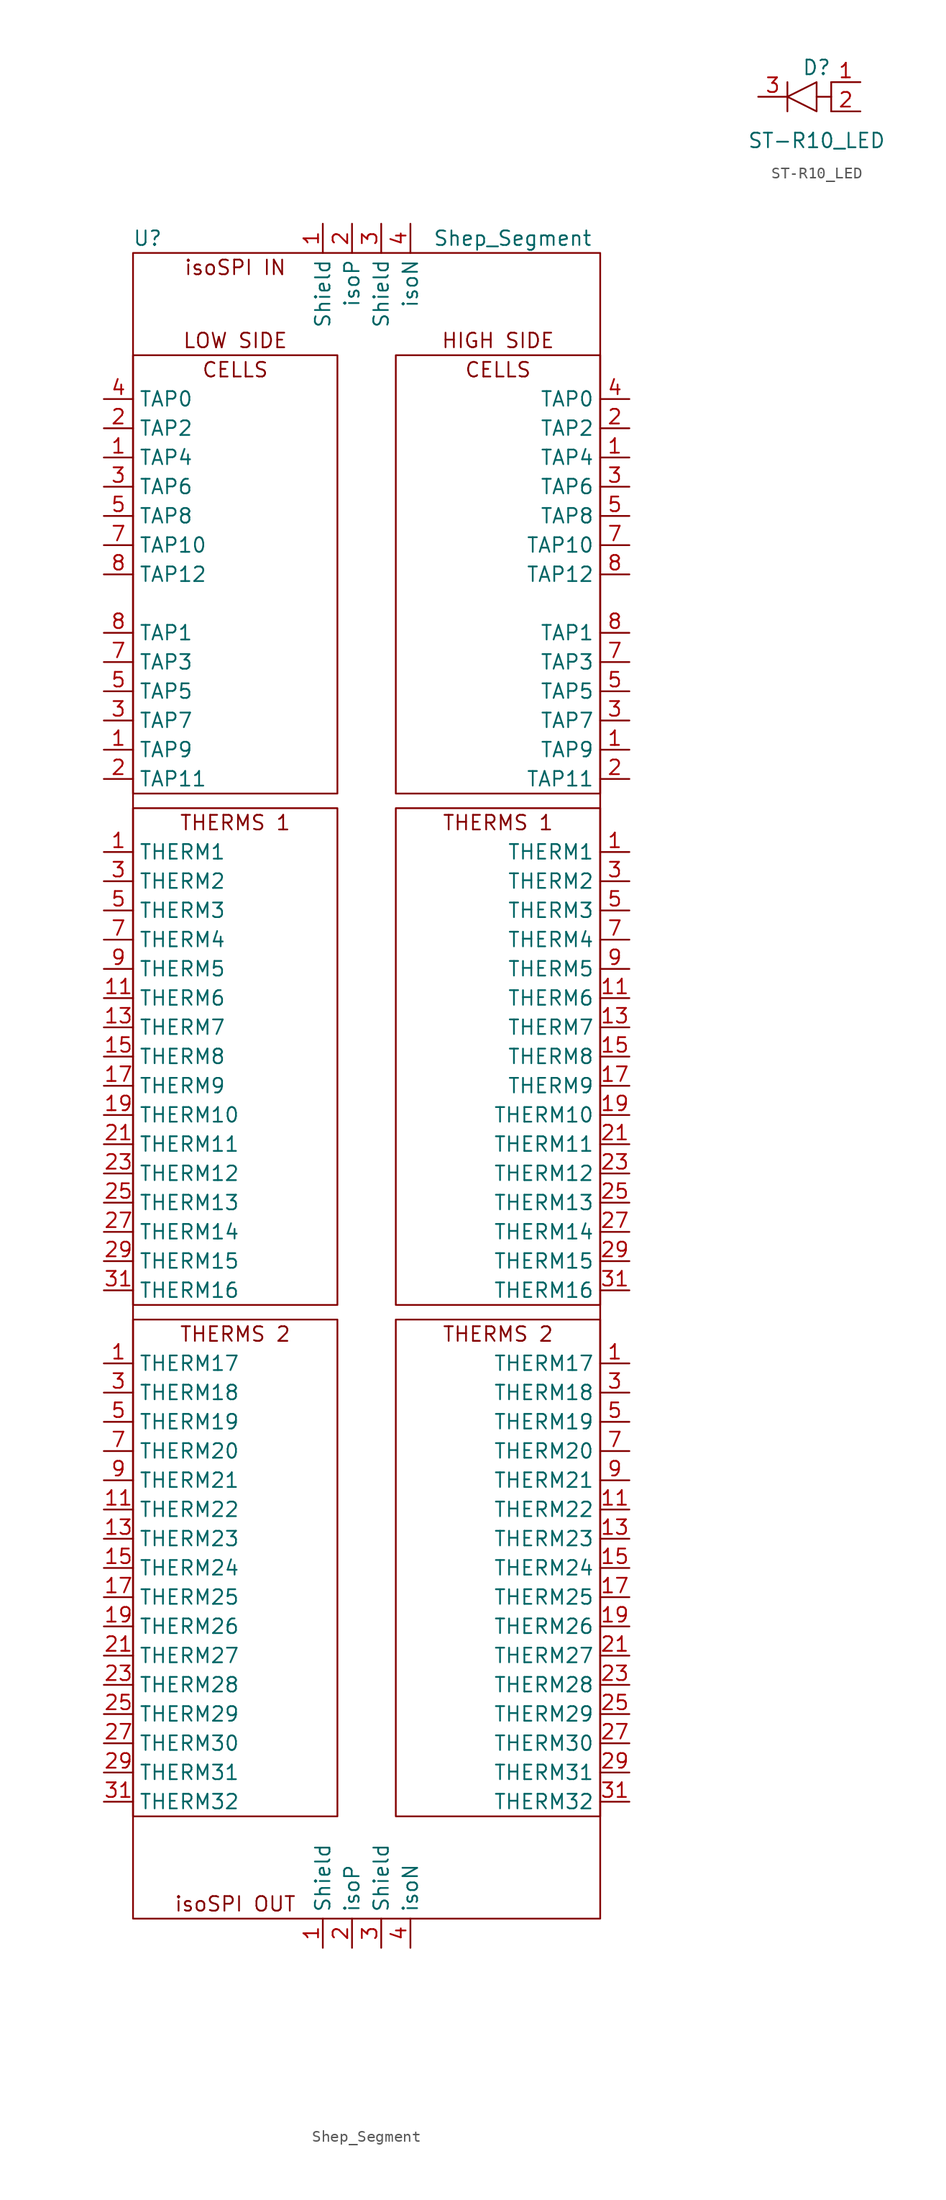
<source format=kicad_sym>
(kicad_symbol_lib
  (version 20211014)
  (generator kicad_symbol_editor)
  (symbol "Shep_Segment"
    (property "Reference" "U"
      (at -19.05 1.27 0)
      (effects (font (size 1.27 1.27))))
    (property "Value" "Shep_Segment"
      (at 12.7 1.27 0)
      (effects (font (size 1.27 1.27))))
    (symbol "Shep_Segment_0_0"
      (rectangle (start 2.54 -8.89) (end 20.32 -46.99) (stroke (width 0) (type default) (color 0 0 0 0)) (fill (type none)))
      (text "CELLS" (at -11.43 -10.16 0) (effects (font (size 1.27 1.27))))
      (text "CELLS" (at 11.43 -10.16 0) (effects (font (size 1.27 1.27))))
      (text "HIGH SIDE" (at 11.43 -7.62 0) (effects (font (size 1.27 1.27))))
      (text "isoSPI IN" (at -11.43 -1.27 0) (effects (font (size 1.27 1.27))))
      (text "isoSPI OUT" (at -11.43 -143.51 0) (effects (font (size 1.27 1.27))))
      (text "LOW SIDE" (at -11.43 -7.62 0) (effects (font (size 1.27 1.27))))
      (text "THERMS 1" (at -11.43 -49.53 0) (effects (font (size 1.27 1.27))))
      (text "THERMS 1" (at 11.43 -49.53 0) (effects (font (size 1.27 1.27))))
      (text "THERMS 2" (at -11.43 -93.98 0) (effects (font (size 1.27 1.27))))
      (text "THERMS 2" (at 11.43 -93.98 0) (effects (font (size 1.27 1.27)))))
    (symbol "Shep_Segment_0_1"
      (rectangle (start -20.32 -92.71) (end -2.54 -135.89) (stroke (width 0) (type default) (color 0 0 0 0)) (fill (type none)))
      (rectangle (start -20.32 -48.26) (end -2.54 -91.44) (stroke (width 0) (type default) (color 0 0 0 0)) (fill (type none)))
      (rectangle (start -20.32 -8.89) (end -2.54 -46.99) (stroke (width 0) (type default) (color 0 0 0 0)) (fill (type none)))
      (rectangle (start -20.32 0) (end 20.32 -144.78) (stroke (width 0) (type default) (color 0 0 0 0)) (fill (type none)))
      (rectangle (start 2.54 -135.89) (end 20.32 -92.71) (stroke (width 0) (type default) (color 0 0 0 0)) (fill (type none)))
      (rectangle (start 2.54 -91.44) (end 20.32 -48.26) (stroke (width 0) (type default) (color 0 0 0 0)) (fill (type none))))
    (symbol "Shep_Segment_1_1"
      (pin input line (at -3.81 -147.32 90) (length 2.54) (name "Shield" (effects (font (size 1.27 1.27)))) (number "1" (effects (font (size 1.27 1.27)))))
      (pin input line (at -3.81 2.54 270) (length 2.54) (name "Shield" (effects (font (size 1.27 1.27)))) (number "1" (effects (font (size 1.27 1.27)))))
      (pin input line (at -22.86 -17.78 0) (length 2.54) (name "TAP4" (effects (font (size 1.27 1.27)))) (number "1" (effects (font (size 1.27 1.27)))))
      (pin input line (at 22.86 -17.78 180) (length 2.54) (name "TAP4" (effects (font (size 1.27 1.27)))) (number "1" (effects (font (size 1.27 1.27)))))
      (pin input line (at -22.86 -43.18 0) (length 2.54) (name "TAP9" (effects (font (size 1.27 1.27)))) (number "1" (effects (font (size 1.27 1.27)))))
      (pin input line (at 22.86 -43.18 180) (length 2.54) (name "TAP9" (effects (font (size 1.27 1.27)))) (number "1" (effects (font (size 1.27 1.27)))))
      (pin input line (at -22.86 -52.07 0) (length 2.54) (name "THERM1" (effects (font (size 1.27 1.27)))) (number "1" (effects (font (size 1.27 1.27)))))
      (pin input line (at 22.86 -52.07 180) (length 2.54) (name "THERM1" (effects (font (size 1.27 1.27)))) (number "1" (effects (font (size 1.27 1.27)))))
      (pin input line (at -22.86 -96.52 0) (length 2.54) (name "THERM17" (effects (font (size 1.27 1.27)))) (number "1" (effects (font (size 1.27 1.27)))))
      (pin input line (at 22.86 -96.52 180) (length 2.54) (name "THERM17" (effects (font (size 1.27 1.27)))) (number "1" (effects (font (size 1.27 1.27)))))
      (pin input line (at -22.86 -109.22 0) (length 2.54) (name "THERM22" (effects (font (size 1.27 1.27)))) (number "11" (effects (font (size 1.27 1.27)))))
      (pin input line (at 22.86 -109.22 180) (length 2.54) (name "THERM22" (effects (font (size 1.27 1.27)))) (number "11" (effects (font (size 1.27 1.27)))))
      (pin input line (at -22.86 -64.77 0) (length 2.54) (name "THERM6" (effects (font (size 1.27 1.27)))) (number "11" (effects (font (size 1.27 1.27)))))
      (pin input line (at 22.86 -64.77 180) (length 2.54) (name "THERM6" (effects (font (size 1.27 1.27)))) (number "11" (effects (font (size 1.27 1.27)))))
      (pin input line (at -22.86 -111.76 0) (length 2.54) (name "THERM23" (effects (font (size 1.27 1.27)))) (number "13" (effects (font (size 1.27 1.27)))))
      (pin input line (at 22.86 -111.76 180) (length 2.54) (name "THERM23" (effects (font (size 1.27 1.27)))) (number "13" (effects (font (size 1.27 1.27)))))
      (pin input line (at -22.86 -67.31 0) (length 2.54) (name "THERM7" (effects (font (size 1.27 1.27)))) (number "13" (effects (font (size 1.27 1.27)))))
      (pin input line (at 22.86 -67.31 180) (length 2.54) (name "THERM7" (effects (font (size 1.27 1.27)))) (number "13" (effects (font (size 1.27 1.27)))))
      (pin input line (at -22.86 -114.3 0) (length 2.54) (name "THERM24" (effects (font (size 1.27 1.27)))) (number "15" (effects (font (size 1.27 1.27)))))
      (pin input line (at 22.86 -114.3 180) (length 2.54) (name "THERM24" (effects (font (size 1.27 1.27)))) (number "15" (effects (font (size 1.27 1.27)))))
      (pin input line (at -22.86 -69.85 0) (length 2.54) (name "THERM8" (effects (font (size 1.27 1.27)))) (number "15" (effects (font (size 1.27 1.27)))))
      (pin input line (at 22.86 -69.85 180) (length 2.54) (name "THERM8" (effects (font (size 1.27 1.27)))) (number "15" (effects (font (size 1.27 1.27)))))
      (pin input line (at -22.86 -116.84 0) (length 2.54) (name "THERM25" (effects (font (size 1.27 1.27)))) (number "17" (effects (font (size 1.27 1.27)))))
      (pin input line (at 22.86 -116.84 180) (length 2.54) (name "THERM25" (effects (font (size 1.27 1.27)))) (number "17" (effects (font (size 1.27 1.27)))))
      (pin input line (at -22.86 -72.39 0) (length 2.54) (name "THERM9" (effects (font (size 1.27 1.27)))) (number "17" (effects (font (size 1.27 1.27)))))
      (pin input line (at 22.86 -72.39 180) (length 2.54) (name "THERM9" (effects (font (size 1.27 1.27)))) (number "17" (effects (font (size 1.27 1.27)))))
      (pin input line (at -22.86 -74.93 0) (length 2.54) (name "THERM10" (effects (font (size 1.27 1.27)))) (number "19" (effects (font (size 1.27 1.27)))))
      (pin input line (at 22.86 -74.93 180) (length 2.54) (name "THERM10" (effects (font (size 1.27 1.27)))) (number "19" (effects (font (size 1.27 1.27)))))
      (pin input line (at -22.86 -119.38 0) (length 2.54) (name "THERM26" (effects (font (size 1.27 1.27)))) (number "19" (effects (font (size 1.27 1.27)))))
      (pin input line (at 22.86 -119.38 180) (length 2.54) (name "THERM26" (effects (font (size 1.27 1.27)))) (number "19" (effects (font (size 1.27 1.27)))))
      (pin input line (at -22.86 -45.72 0) (length 2.54) (name "TAP11" (effects (font (size 1.27 1.27)))) (number "2" (effects (font (size 1.27 1.27)))))
      (pin input line (at 22.86 -45.72 180) (length 2.54) (name "TAP11" (effects (font (size 1.27 1.27)))) (number "2" (effects (font (size 1.27 1.27)))))
      (pin input line (at -22.86 -15.24 0) (length 2.54) (name "TAP2" (effects (font (size 1.27 1.27)))) (number "2" (effects (font (size 1.27 1.27)))))
      (pin input line (at 22.86 -15.24 180) (length 2.54) (name "TAP2" (effects (font (size 1.27 1.27)))) (number "2" (effects (font (size 1.27 1.27)))))
      (pin input line (at -1.27 -147.32 90) (length 2.54) (name "isoP" (effects (font (size 1.27 1.27)))) (number "2" (effects (font (size 1.27 1.27)))))
      (pin input line (at -1.27 2.54 270) (length 2.54) (name "isoP" (effects (font (size 1.27 1.27)))) (number "2" (effects (font (size 1.27 1.27)))))
      (pin input line (at -22.86 -77.47 0) (length 2.54) (name "THERM11" (effects (font (size 1.27 1.27)))) (number "21" (effects (font (size 1.27 1.27)))))
      (pin input line (at 22.86 -77.47 180) (length 2.54) (name "THERM11" (effects (font (size 1.27 1.27)))) (number "21" (effects (font (size 1.27 1.27)))))
      (pin input line (at -22.86 -121.92 0) (length 2.54) (name "THERM27" (effects (font (size 1.27 1.27)))) (number "21" (effects (font (size 1.27 1.27)))))
      (pin input line (at 22.86 -121.92 180) (length 2.54) (name "THERM27" (effects (font (size 1.27 1.27)))) (number "21" (effects (font (size 1.27 1.27)))))
      (pin input line (at -22.86 -80.01 0) (length 2.54) (name "THERM12" (effects (font (size 1.27 1.27)))) (number "23" (effects (font (size 1.27 1.27)))))
      (pin input line (at 22.86 -80.01 180) (length 2.54) (name "THERM12" (effects (font (size 1.27 1.27)))) (number "23" (effects (font (size 1.27 1.27)))))
      (pin input line (at -22.86 -124.46 0) (length 2.54) (name "THERM28" (effects (font (size 1.27 1.27)))) (number "23" (effects (font (size 1.27 1.27)))))
      (pin input line (at 22.86 -124.46 180) (length 2.54) (name "THERM28" (effects (font (size 1.27 1.27)))) (number "23" (effects (font (size 1.27 1.27)))))
      (pin input line (at -22.86 -82.55 0) (length 2.54) (name "THERM13" (effects (font (size 1.27 1.27)))) (number "25" (effects (font (size 1.27 1.27)))))
      (pin input line (at 22.86 -82.55 180) (length 2.54) (name "THERM13" (effects (font (size 1.27 1.27)))) (number "25" (effects (font (size 1.27 1.27)))))
      (pin input line (at -22.86 -127 0) (length 2.54) (name "THERM29" (effects (font (size 1.27 1.27)))) (number "25" (effects (font (size 1.27 1.27)))))
      (pin input line (at 22.86 -127 180) (length 2.54) (name "THERM29" (effects (font (size 1.27 1.27)))) (number "25" (effects (font (size 1.27 1.27)))))
      (pin input line (at -22.86 -85.09 0) (length 2.54) (name "THERM14" (effects (font (size 1.27 1.27)))) (number "27" (effects (font (size 1.27 1.27)))))
      (pin input line (at 22.86 -85.09 180) (length 2.54) (name "THERM14" (effects (font (size 1.27 1.27)))) (number "27" (effects (font (size 1.27 1.27)))))
      (pin input line (at -22.86 -129.54 0) (length 2.54) (name "THERM30" (effects (font (size 1.27 1.27)))) (number "27" (effects (font (size 1.27 1.27)))))
      (pin input line (at 22.86 -129.54 180) (length 2.54) (name "THERM30" (effects (font (size 1.27 1.27)))) (number "27" (effects (font (size 1.27 1.27)))))
      (pin input line (at -22.86 -87.63 0) (length 2.54) (name "THERM15" (effects (font (size 1.27 1.27)))) (number "29" (effects (font (size 1.27 1.27)))))
      (pin input line (at 22.86 -87.63 180) (length 2.54) (name "THERM15" (effects (font (size 1.27 1.27)))) (number "29" (effects (font (size 1.27 1.27)))))
      (pin input line (at -22.86 -132.08 0) (length 2.54) (name "THERM31" (effects (font (size 1.27 1.27)))) (number "29" (effects (font (size 1.27 1.27)))))
      (pin input line (at 22.86 -132.08 180) (length 2.54) (name "THERM31" (effects (font (size 1.27 1.27)))) (number "29" (effects (font (size 1.27 1.27)))))
      (pin input line (at 1.27 -147.32 90) (length 2.54) (name "Shield" (effects (font (size 1.27 1.27)))) (number "3" (effects (font (size 1.27 1.27)))))
      (pin input line (at 1.27 2.54 270) (length 2.54) (name "Shield" (effects (font (size 1.27 1.27)))) (number "3" (effects (font (size 1.27 1.27)))))
      (pin input line (at -22.86 -20.32 0) (length 2.54) (name "TAP6" (effects (font (size 1.27 1.27)))) (number "3" (effects (font (size 1.27 1.27)))))
      (pin input line (at 22.86 -20.32 180) (length 2.54) (name "TAP6" (effects (font (size 1.27 1.27)))) (number "3" (effects (font (size 1.27 1.27)))))
      (pin input line (at -22.86 -40.64 0) (length 2.54) (name "TAP7" (effects (font (size 1.27 1.27)))) (number "3" (effects (font (size 1.27 1.27)))))
      (pin input line (at 22.86 -40.64 180) (length 2.54) (name "TAP7" (effects (font (size 1.27 1.27)))) (number "3" (effects (font (size 1.27 1.27)))))
      (pin input line (at -22.86 -99.06 0) (length 2.54) (name "THERM18" (effects (font (size 1.27 1.27)))) (number "3" (effects (font (size 1.27 1.27)))))
      (pin input line (at 22.86 -99.06 180) (length 2.54) (name "THERM18" (effects (font (size 1.27 1.27)))) (number "3" (effects (font (size 1.27 1.27)))))
      (pin input line (at -22.86 -54.61 0) (length 2.54) (name "THERM2" (effects (font (size 1.27 1.27)))) (number "3" (effects (font (size 1.27 1.27)))))
      (pin input line (at 22.86 -54.61 180) (length 2.54) (name "THERM2" (effects (font (size 1.27 1.27)))) (number "3" (effects (font (size 1.27 1.27)))))
      (pin input line (at -22.86 -90.17 0) (length 2.54) (name "THERM16" (effects (font (size 1.27 1.27)))) (number "31" (effects (font (size 1.27 1.27)))))
      (pin input line (at 22.86 -90.17 180) (length 2.54) (name "THERM16" (effects (font (size 1.27 1.27)))) (number "31" (effects (font (size 1.27 1.27)))))
      (pin input line (at -22.86 -134.62 0) (length 2.54) (name "THERM32" (effects (font (size 1.27 1.27)))) (number "31" (effects (font (size 1.27 1.27)))))
      (pin input line (at 22.86 -134.62 180) (length 2.54) (name "THERM32" (effects (font (size 1.27 1.27)))) (number "31" (effects (font (size 1.27 1.27)))))
      (pin input line (at -22.86 -12.7 0) (length 2.54) (name "TAP0" (effects (font (size 1.27 1.27)))) (number "4" (effects (font (size 1.27 1.27)))))
      (pin input line (at 22.86 -12.7 180) (length 2.54) (name "TAP0" (effects (font (size 1.27 1.27)))) (number "4" (effects (font (size 1.27 1.27)))))
      (pin input line (at 3.81 -147.32 90) (length 2.54) (name "isoN" (effects (font (size 1.27 1.27)))) (number "4" (effects (font (size 1.27 1.27)))))
      (pin input line (at 3.81 2.54 270) (length 2.54) (name "isoN" (effects (font (size 1.27 1.27)))) (number "4" (effects (font (size 1.27 1.27)))))
      (pin input line (at -22.86 -38.1 0) (length 2.54) (name "TAP5" (effects (font (size 1.27 1.27)))) (number "5" (effects (font (size 1.27 1.27)))))
      (pin input line (at 22.86 -38.1 180) (length 2.54) (name "TAP5" (effects (font (size 1.27 1.27)))) (number "5" (effects (font (size 1.27 1.27)))))
      (pin input line (at -22.86 -22.86 0) (length 2.54) (name "TAP8" (effects (font (size 1.27 1.27)))) (number "5" (effects (font (size 1.27 1.27)))))
      (pin input line (at 22.86 -22.86 180) (length 2.54) (name "TAP8" (effects (font (size 1.27 1.27)))) (number "5" (effects (font (size 1.27 1.27)))))
      (pin input line (at -22.86 -101.6 0) (length 2.54) (name "THERM19" (effects (font (size 1.27 1.27)))) (number "5" (effects (font (size 1.27 1.27)))))
      (pin input line (at 22.86 -101.6 180) (length 2.54) (name "THERM19" (effects (font (size 1.27 1.27)))) (number "5" (effects (font (size 1.27 1.27)))))
      (pin input line (at -22.86 -57.15 0) (length 2.54) (name "THERM3" (effects (font (size 1.27 1.27)))) (number "5" (effects (font (size 1.27 1.27)))))
      (pin input line (at 22.86 -57.15 180) (length 2.54) (name "THERM3" (effects (font (size 1.27 1.27)))) (number "5" (effects (font (size 1.27 1.27)))))
      (pin input line (at -22.86 -25.4 0) (length 2.54) (name "TAP10" (effects (font (size 1.27 1.27)))) (number "7" (effects (font (size 1.27 1.27)))))
      (pin input line (at 22.86 -25.4 180) (length 2.54) (name "TAP10" (effects (font (size 1.27 1.27)))) (number "7" (effects (font (size 1.27 1.27)))))
      (pin input line (at -22.86 -35.56 0) (length 2.54) (name "TAP3" (effects (font (size 1.27 1.27)))) (number "7" (effects (font (size 1.27 1.27)))))
      (pin input line (at 22.86 -35.56 180) (length 2.54) (name "TAP3" (effects (font (size 1.27 1.27)))) (number "7" (effects (font (size 1.27 1.27)))))
      (pin input line (at -22.86 -104.14 0) (length 2.54) (name "THERM20" (effects (font (size 1.27 1.27)))) (number "7" (effects (font (size 1.27 1.27)))))
      (pin input line (at 22.86 -104.14 180) (length 2.54) (name "THERM20" (effects (font (size 1.27 1.27)))) (number "7" (effects (font (size 1.27 1.27)))))
      (pin input line (at -22.86 -59.69 0) (length 2.54) (name "THERM4" (effects (font (size 1.27 1.27)))) (number "7" (effects (font (size 1.27 1.27)))))
      (pin input line (at 22.86 -59.69 180) (length 2.54) (name "THERM4" (effects (font (size 1.27 1.27)))) (number "7" (effects (font (size 1.27 1.27)))))
      (pin input line (at -22.86 -33.02 0) (length 2.54) (name "TAP1" (effects (font (size 1.27 1.27)))) (number "8" (effects (font (size 1.27 1.27)))))
      (pin input line (at 22.86 -33.02 180) (length 2.54) (name "TAP1" (effects (font (size 1.27 1.27)))) (number "8" (effects (font (size 1.27 1.27)))))
      (pin input line (at -22.86 -27.94 0) (length 2.54) (name "TAP12" (effects (font (size 1.27 1.27)))) (number "8" (effects (font (size 1.27 1.27)))))
      (pin input line (at 22.86 -27.94 180) (length 2.54) (name "TAP12" (effects (font (size 1.27 1.27)))) (number "8" (effects (font (size 1.27 1.27)))))
      (pin input line (at -22.86 -106.68 0) (length 2.54) (name "THERM21" (effects (font (size 1.27 1.27)))) (number "9" (effects (font (size 1.27 1.27)))))
      (pin input line (at 22.86 -106.68 180) (length 2.54) (name "THERM21" (effects (font (size 1.27 1.27)))) (number "9" (effects (font (size 1.27 1.27)))))
      (pin input line (at -22.86 -62.23 0) (length 2.54) (name "THERM5" (effects (font (size 1.27 1.27)))) (number "9" (effects (font (size 1.27 1.27)))))
      (pin input line (at 22.86 -62.23 180) (length 2.54) (name "THERM5" (effects (font (size 1.27 1.27)))) (number "9" (effects (font (size 1.27 1.27)))))))
  (symbol "ST-R10_LED"
    (pin_names
      (offset 0) hide)
    (property "Reference" "D"
      (at 0 2.54 0)
      (effects (font (size 1.27 1.27))))
    (property "Value" "ST-R10_LED"
      (at 0 -3.81 0)
      (effects (font (size 1.27 1.27))))
    (symbol "ST-R10_LED_0_1"
      (polyline (pts (xy 0 0) (xy 1.27 0)) (stroke (width 0) (type default) (color 0 0 0 0)) (fill (type none)))
      (polyline (pts (xy 1.27 1.27) (xy 1.27 -1.27)) (stroke (width 0) (type default) (color 0 0 0 0)) (fill (type none)))
      (polyline (pts (xy -2.54 1.27) (xy -2.54 -1.27) (xy -2.54 0) (xy 0 1.27) (xy 0 -1.27) (xy -2.54 0)) (stroke (width 0) (type default) (color 0 0 0 0)) (fill (type none))))
    (symbol "ST-R10_LED_1_1"
      (pin bidirectional line (at 3.81 1.27 180) (length 2.54) (name "+" (effects (font (size 1.27 1.27)))) (number "1" (effects (font (size 1.27 1.27)))))
      (pin bidirectional line (at 3.81 -1.27 180) (length 2.54) (name "+" (effects (font (size 1.27 1.27)))) (number "2" (effects (font (size 1.27 1.27)))))
      (pin bidirectional line (at -5.08 0 0) (length 2.54) (name "-" (effects (font (size 1.27 1.27)))) (number "3" (effects (font (size 1.27 1.27))))))))
</source>
